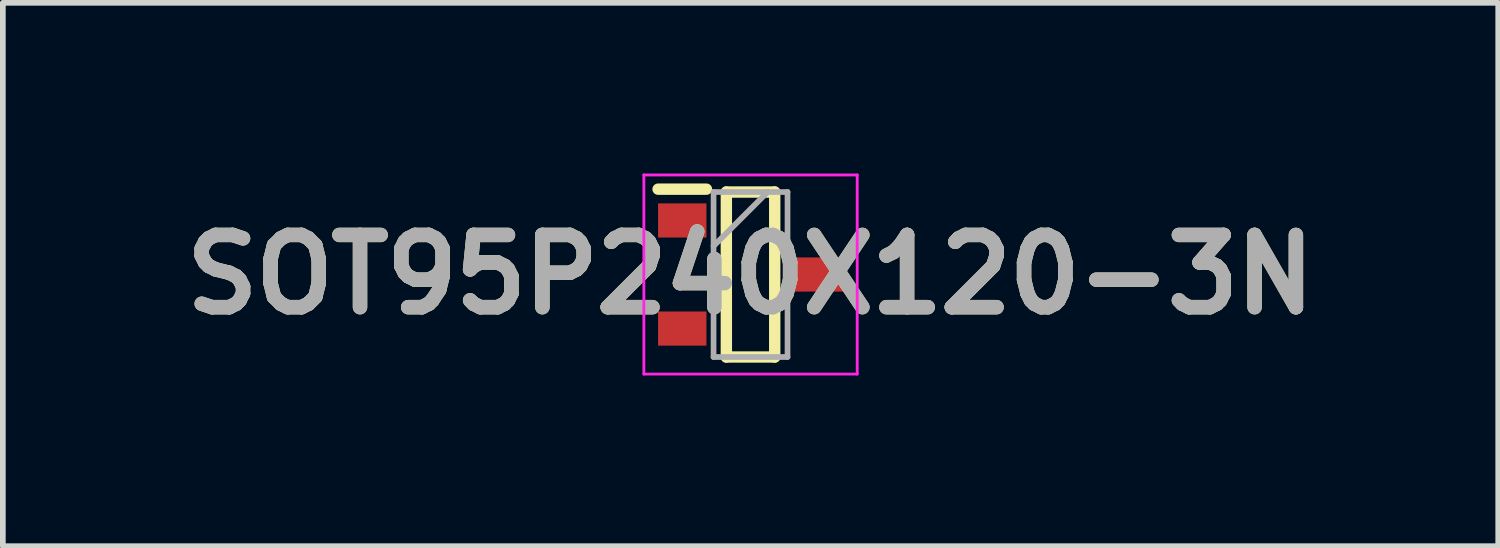
<source format=kicad_pcb>
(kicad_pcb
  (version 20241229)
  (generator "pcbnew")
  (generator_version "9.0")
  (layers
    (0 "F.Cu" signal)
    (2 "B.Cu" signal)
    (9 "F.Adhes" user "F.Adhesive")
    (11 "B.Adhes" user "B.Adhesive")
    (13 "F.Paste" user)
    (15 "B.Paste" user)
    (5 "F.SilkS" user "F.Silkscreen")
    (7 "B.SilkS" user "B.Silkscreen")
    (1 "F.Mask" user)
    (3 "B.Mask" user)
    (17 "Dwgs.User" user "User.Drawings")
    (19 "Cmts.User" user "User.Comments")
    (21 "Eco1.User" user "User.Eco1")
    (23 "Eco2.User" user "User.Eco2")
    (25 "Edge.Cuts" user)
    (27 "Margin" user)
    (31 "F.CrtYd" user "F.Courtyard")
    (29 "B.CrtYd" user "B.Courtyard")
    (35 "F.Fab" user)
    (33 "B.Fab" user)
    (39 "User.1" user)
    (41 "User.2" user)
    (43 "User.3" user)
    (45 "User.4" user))
  (footprint "SOT95P240X120-3N"
    (layer "F.Cu")
    (at 10.142 1.775)
    (property "Reference" "SOT95P240X120-3N" (at 0 0 0) (layer "F.SilkS") (effects (font (size 1.27 1.27) (thickness 0.254))))
    (attr smd)
    (fp_line (start -1.625 -1.5) (end -0.775 -1.5) (stroke (width 0.2) (type solid)) (layer "F.SilkS"))
    (fp_line (start -0.425 -1.45) (end 0.425 -1.45) (stroke (width 0.2) (type solid)) (layer "F.SilkS"))
    (fp_line (start -0.425 1.45) (end -0.425 -1.45) (stroke (width 0.2) (type solid)) (layer "F.SilkS"))
    (fp_line (start 0.425 -1.45) (end 0.425 1.45) (stroke (width 0.2) (type solid)) (layer "F.SilkS"))
    (fp_line (start 0.425 1.45) (end -0.425 1.45) (stroke (width 0.2) (type solid)) (layer "F.SilkS"))
    (fp_line (start -1.875 -1.75) (end 1.875 -1.75) (stroke (width 0.05) (type solid)) (layer "F.CrtYd"))
    (fp_line (start -1.875 1.75) (end -1.875 -1.75) (stroke (width 0.05) (type solid)) (layer "F.CrtYd"))
    (fp_line (start 1.875 -1.75) (end 1.875 1.75) (stroke (width 0.05) (type solid)) (layer "F.CrtYd"))
    (fp_line (start 1.875 1.75) (end -1.875 1.75) (stroke (width 0.05) (type solid)) (layer "F.CrtYd"))
    (fp_line (start -0.65 -1.45) (end 0.65 -1.45) (stroke (width 0.1) (type solid)) (layer "F.Fab"))
    (fp_line (start -0.65 -0.5) (end 0.3 -1.45) (stroke (width 0.1) (type solid)) (layer "F.Fab"))
    (fp_line (start -0.65 1.45) (end -0.65 -1.45) (stroke (width 0.1) (type solid)) (layer "F.Fab"))
    (fp_line (start 0.65 -1.45) (end 0.65 1.45) (stroke (width 0.1) (type solid)) (layer "F.Fab"))
    (fp_line (start 0.65 1.45) (end -0.65 1.45) (stroke (width 0.1) (type solid)) (layer "F.Fab"))
    (fp_text user "${REFERENCE}" (at 0 0 0) (layer "F.Fab") (effects (font (size 1.27 1.27) (thickness 0.254))))
    (pad "1" smd rect (at -1.2 -0.95 90) (size 0.6 0.85) (layers "F.Cu" "F.Mask" "F.Paste"))
    (pad "2" smd rect (at -1.2 0.95 90) (size 0.6 0.85) (layers "F.Cu" "F.Mask" "F.Paste"))
    (pad "3" smd rect (at 1.2 0 90) (size 0.6 0.85) (layers "F.Cu" "F.Mask" "F.Paste")))
  (gr_rect
    (start -3 -3)
    (end 23.284 6.55)
    (stroke (width 0.1) (type default))
    (fill no)
    (layer "Edge.Cuts")))
</source>
